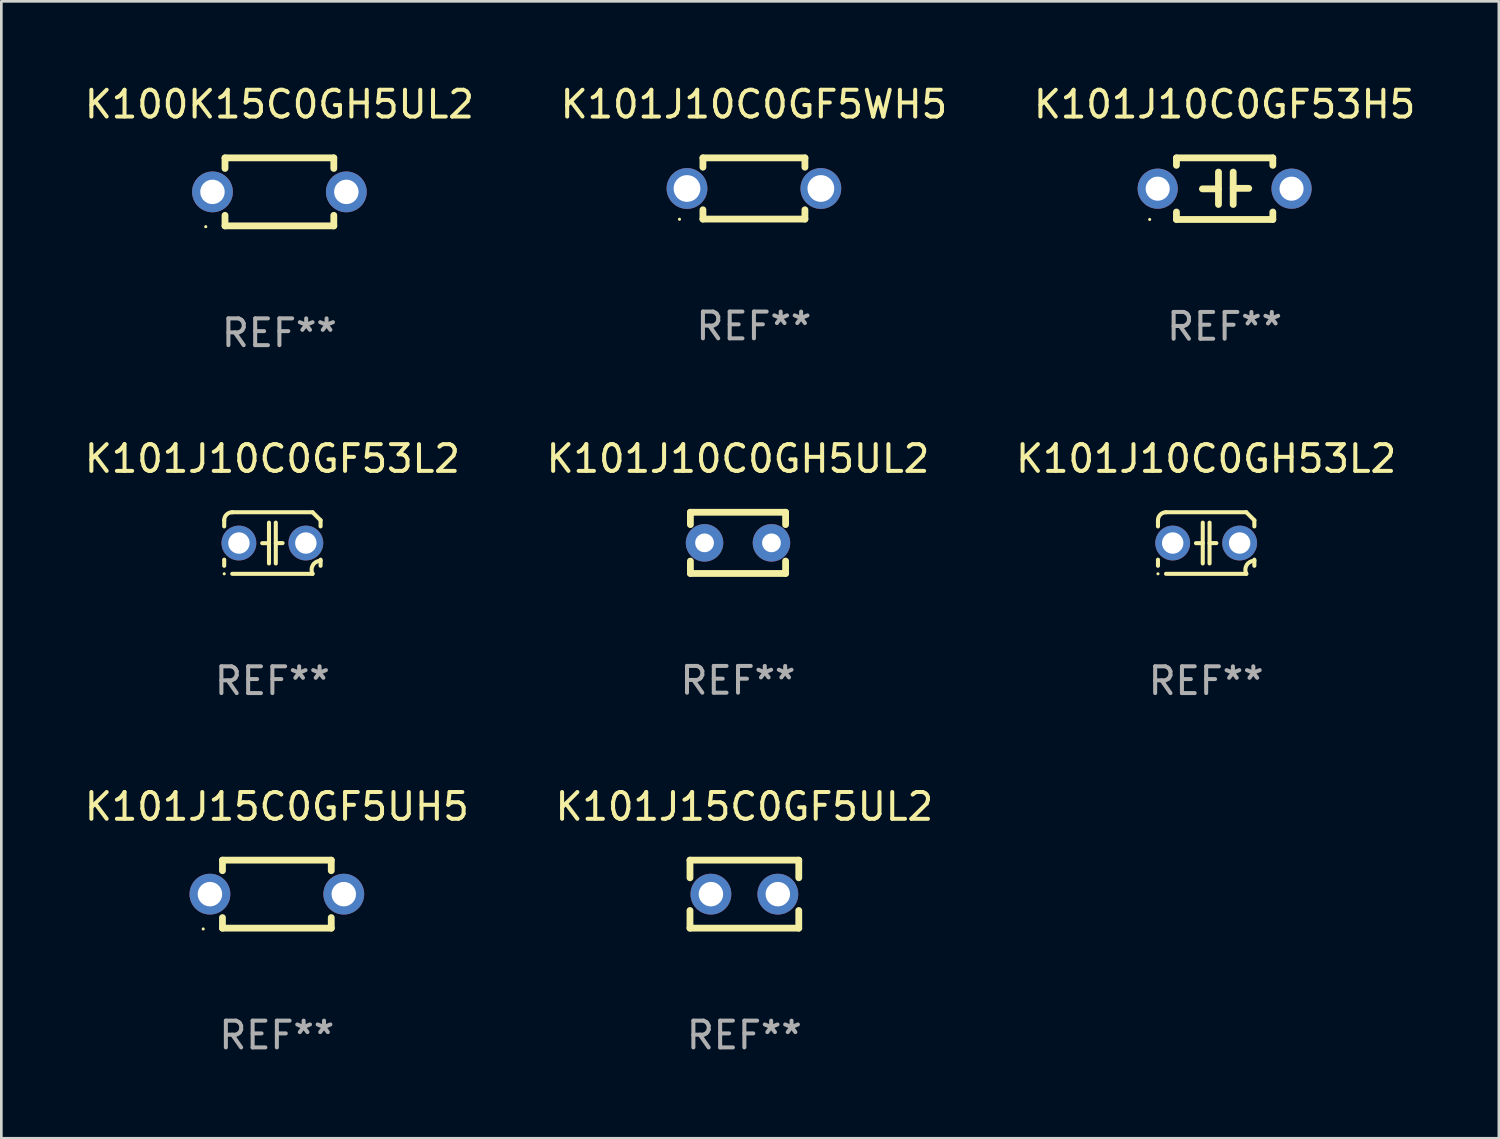
<source format=kicad_pcb>
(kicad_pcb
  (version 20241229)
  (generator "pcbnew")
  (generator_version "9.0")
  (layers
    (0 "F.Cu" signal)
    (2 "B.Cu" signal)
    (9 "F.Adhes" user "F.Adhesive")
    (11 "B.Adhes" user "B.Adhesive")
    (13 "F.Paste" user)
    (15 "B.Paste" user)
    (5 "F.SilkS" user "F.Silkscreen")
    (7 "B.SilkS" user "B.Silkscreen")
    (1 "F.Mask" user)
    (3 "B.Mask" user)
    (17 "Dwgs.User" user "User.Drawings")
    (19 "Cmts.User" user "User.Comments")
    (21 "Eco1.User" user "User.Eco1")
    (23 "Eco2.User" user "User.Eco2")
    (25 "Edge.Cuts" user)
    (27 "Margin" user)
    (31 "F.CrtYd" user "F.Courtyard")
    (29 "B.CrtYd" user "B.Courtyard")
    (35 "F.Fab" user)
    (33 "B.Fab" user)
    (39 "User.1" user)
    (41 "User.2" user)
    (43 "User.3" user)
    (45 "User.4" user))
  (footprint "K101J15C0GF5UL2"
    (layer "F.Cu")
    (at 24.756 30.351)
    (property "Reference" "K101J15C0GF5UL2" (at 0 -3.27 0) (layer "F.SilkS") (effects (font (size 1 1) (thickness 0.15))))
    (attr through_hole)
    (fp_line (start -2.032 -1.27) (end -2.032 -0.611) (stroke (width 0.254) (type solid)) (layer "F.SilkS"))
    (fp_line (start -2.032 0.611) (end -2.032 1.27) (stroke (width 0.254) (type solid)) (layer "F.SilkS"))
    (fp_line (start -2.032 1.27) (end 2.032 1.27) (stroke (width 0.254) (type solid)) (layer "F.SilkS"))
    (fp_line (start 2.032 -1.27) (end -2.032 -1.27) (stroke (width 0.254) (type solid)) (layer "F.SilkS"))
    (fp_line (start 2.032 -0.611) (end 2.032 -1.27) (stroke (width 0.254) (type solid)) (layer "F.SilkS"))
    (fp_line (start 2.032 1.27) (end 2.032 0.611) (stroke (width 0.254) (type solid)) (layer "F.SilkS"))
    (fp_circle (center -2 1.3) (end -1.97 1.3) (stroke (width 0.06) (type solid)) (fill no) (layer "F.SilkS"))
    (fp_text user "REF**" (at 0 5.27 0) (layer "F.Fab") (effects (font (size 1 1) (thickness 0.15))))
    (pad "1" thru_hole circle (at -1.25 0) (size 1.524 1.524) (drill 0.914) (layers "*.Cu" "*.Mask"))
    (pad "2" thru_hole circle (at 1.25 0) (size 1.524 1.524) (drill 0.914) (layers "*.Cu" "*.Mask")))
  (footprint "K101J10C0GF5WH5"
    (layer "F.Cu")
    (at 25.113 3.991)
    (property "Reference" "K101J10C0GF5WH5" (at 0 -3.143 0) (layer "F.SilkS") (effects (font (size 1 1) (thickness 0.15))))
    (attr through_hole)
    (fp_line (start -1.905 -1.143) (end 1.905 -1.143) (stroke (width 0.254) (type solid)) (layer "F.SilkS"))
    (fp_line (start -1.905 -0.795) (end -1.905 -1.143) (stroke (width 0.254) (type solid)) (layer "F.SilkS"))
    (fp_line (start -1.905 1.143) (end -1.905 0.795) (stroke (width 0.254) (type solid)) (layer "F.SilkS"))
    (fp_line (start 1.905 -1.143) (end 1.905 -0.795) (stroke (width 0.254) (type solid)) (layer "F.SilkS"))
    (fp_line (start 1.905 0.795) (end 1.905 1.143) (stroke (width 0.254) (type solid)) (layer "F.SilkS"))
    (fp_line (start 1.905 1.143) (end -1.905 1.143) (stroke (width 0.254) (type solid)) (layer "F.SilkS"))
    (fp_circle (center -2.781 1.15) (end -2.751 1.15) (stroke (width 0.06) (type solid)) (fill no) (layer "F.SilkS"))
    (fp_text user "REF**" (at 0 5.143 0) (layer "F.Fab") (effects (font (size 1 1) (thickness 0.15))))
    (pad "1" thru_hole circle (at -2.5 0) (size 1.524 1.524) (drill 1) (layers "*.Cu" "*.Mask"))
    (pad "2" thru_hole circle (at 2.5 0) (size 1.524 1.524) (drill 1) (layers "*.Cu" "*.Mask")))
  (footprint "K101J10C0GF53H5"
    (layer "F.Cu")
    (at 42.696 3.998)
    (property "Reference" "K101J10C0GF53H5" (at 0 -3.15 0) (layer "F.SilkS") (effects (font (size 1 1) (thickness 0.15))))
    (attr through_hole)
    (fp_line (start -1.8 -1.15) (end -1.8 -0.872) (stroke (width 0.254) (type solid)) (layer "F.SilkS"))
    (fp_line (start -1.8 -1.15) (end 1.8 -1.15) (stroke (width 0.254) (type solid)) (layer "F.SilkS"))
    (fp_line (start -1.8 0.872) (end -1.8 1.15) (stroke (width 0.254) (type solid)) (layer "F.SilkS"))
    (fp_line (start -1.8 1.15) (end 1.8 1.15) (stroke (width 0.254) (type solid)) (layer "F.SilkS"))
    (fp_line (start -0.23 -0.62) (end -0.23 0.59) (stroke (width 0.254) (type solid)) (layer "F.SilkS"))
    (fp_line (start -0.23 0.007) (end -0.83 0.007) (stroke (width 0.254) (type solid)) (layer "F.SilkS"))
    (fp_line (start 0.32 -0.62) (end 0.32 0.59) (stroke (width 0.254) (type solid)) (layer "F.SilkS"))
    (fp_line (start 0.32 -0.012) (end 0.9 -0.012) (stroke (width 0.254) (type solid)) (layer "F.SilkS"))
    (fp_line (start 1.8 -1.15) (end 1.8 -0.872) (stroke (width 0.254) (type solid)) (layer "F.SilkS"))
    (fp_line (start 1.8 0.872) (end 1.8 1.15) (stroke (width 0.254) (type solid)) (layer "F.SilkS"))
    (fp_circle (center -2.8 1.15) (end -2.77 1.15) (stroke (width 0.06) (type solid)) (fill no) (layer "F.SilkS"))
    (fp_text user "REF**" (at 0 5.15 0) (layer "F.Fab") (effects (font (size 1 1) (thickness 0.15))))
    (pad "1" thru_hole circle (at -2.5 0) (size 1.5 1.5) (drill 0.9) (layers "*.Cu" "*.Mask"))
    (pad "2" thru_hole circle (at 2.5 0) (size 1.5 1.5) (drill 0.9) (layers "*.Cu" "*.Mask")))
  (footprint "K101J10C0GF53L2"
    (layer "F.Cu")
    (at 7.125 17.235)
    (property "Reference" "K101J10C0GF53L2" (at 0 -3.15 0) (layer "F.SilkS") (effects (font (size 1 1) (thickness 0.15))))
    (attr through_hole)
    (fp_line (start -1.8 -0.621) (end -1.8 -0.85) (stroke (width 0.152) (type solid)) (layer "F.SilkS"))
    (fp_line (start -1.8 0.85) (end -1.8 0.621) (stroke (width 0.152) (type solid)) (layer "F.SilkS"))
    (fp_line (start -1.5 -1.15) (end 1.5 -1.15) (stroke (width 0.152) (type solid)) (layer "F.SilkS"))
    (fp_line (start -0.127 -0.762) (end -0.127 0.762) (stroke (width 0.152) (type solid)) (layer "F.SilkS"))
    (fp_line (start -0.127 0.005) (end -0.381 0.005) (stroke (width 0.152) (type solid)) (layer "F.SilkS"))
    (fp_line (start 0.127 -0.762) (end 0.127 0.762) (stroke (width 0.152) (type solid)) (layer "F.SilkS"))
    (fp_line (start 0.127 0.002) (end 0.381 0.002) (stroke (width 0.152) (type solid)) (layer "F.SilkS"))
    (fp_line (start 1.5 1.15) (end -1.5 1.15) (stroke (width 0.152) (type solid)) (layer "F.SilkS"))
    (fp_line (start 1.8 -0.85) (end 1.8 -0.621) (stroke (width 0.152) (type solid)) (layer "F.SilkS"))
    (fp_line (start 1.8 0.621) (end 1.8 0.85) (stroke (width 0.152) (type solid)) (layer "F.SilkS"))
    (fp_arc (start -1.799975 -0.849987) (mid -1.712107 -1.062119) (end -1.499975 -1.149987) (stroke (width 0.151994) (type solid)) (layer "F.SilkS"))
    (fp_arc (start 1.499975 1.149987) (mid 1.513726 0.822359) (end 1.799975 0.662387) (stroke (width 0.151994) (type solid)) (layer "F.SilkS"))
    (fp_arc (start 1.500001 -1.149986) (mid 1.650015 -1.000001) (end 1.8 -0.849987) (stroke (width 0.151994) (type solid)) (layer "F.SilkS"))
    (fp_circle (center -1.8 1.15) (end -1.77 1.15) (stroke (width 0.06) (type solid)) (fill no) (layer "F.SilkS"))
    (fp_text user "REF**" (at 0 5.15 0) (layer "F.Fab") (effects (font (size 1 1) (thickness 0.15))))
    (pad "1" thru_hole circle (at -1.25 0) (size 1.3 1.3) (drill 0.8) (layers "*.Cu" "*.Mask"))
    (pad "2" thru_hole circle (at 1.25 0) (size 1.3 1.3) (drill 0.8) (layers "*.Cu" "*.Mask")))
  (footprint "K100K15C0GH5UL2"
    (layer "F.Cu")
    (at 7.387 4.118)
    (property "Reference" "K100K15C0GH5UL2" (at 0 -3.27 0) (layer "F.SilkS") (effects (font (size 1 1) (thickness 0.15))))
    (attr through_hole)
    (fp_line (start -2.032 -1.27) (end -2.032 -0.876) (stroke (width 0.254) (type solid)) (layer "F.SilkS"))
    (fp_line (start -2.032 0.876) (end -2.032 1.27) (stroke (width 0.254) (type solid)) (layer "F.SilkS"))
    (fp_line (start -2.032 1.27) (end 2.032 1.27) (stroke (width 0.254) (type solid)) (layer "F.SilkS"))
    (fp_line (start 2.032 -1.27) (end -2.032 -1.27) (stroke (width 0.254) (type solid)) (layer "F.SilkS"))
    (fp_line (start 2.032 -0.876) (end 2.032 -1.27) (stroke (width 0.254) (type solid)) (layer "F.SilkS"))
    (fp_line (start 2.032 1.27) (end 2.032 0.876) (stroke (width 0.254) (type solid)) (layer "F.SilkS"))
    (fp_circle (center -2.751 1.3) (end -2.721 1.3) (stroke (width 0.06) (type solid)) (fill no) (layer "F.SilkS"))
    (fp_text user "REF**" (at 0 5.27 0) (layer "F.Fab") (effects (font (size 1 1) (thickness 0.15))))
    (pad "1" thru_hole circle (at -2.5 0) (size 1.524 1.524) (drill 0.914) (layers "*.Cu" "*.Mask"))
    (pad "2" thru_hole circle (at 2.5 0) (size 1.524 1.524) (drill 0.914) (layers "*.Cu" "*.Mask")))
  (footprint "K101J10C0GH53L2"
    (layer "F.Cu")
    (at 42.006 17.235)
    (property "Reference" "K101J10C0GH53L2" (at 0 -3.15 0) (layer "F.SilkS") (effects (font (size 1 1) (thickness 0.15))))
    (attr through_hole)
    (fp_line (start -1.8 -0.621) (end -1.8 -0.85) (stroke (width 0.152) (type solid)) (layer "F.SilkS"))
    (fp_line (start -1.8 0.85) (end -1.8 0.621) (stroke (width 0.152) (type solid)) (layer "F.SilkS"))
    (fp_line (start -1.5 -1.15) (end 1.5 -1.15) (stroke (width 0.152) (type solid)) (layer "F.SilkS"))
    (fp_line (start -0.127 -0.762) (end -0.127 0.762) (stroke (width 0.152) (type solid)) (layer "F.SilkS"))
    (fp_line (start -0.127 0.005) (end -0.381 0.005) (stroke (width 0.152) (type solid)) (layer "F.SilkS"))
    (fp_line (start 0.127 -0.762) (end 0.127 0.762) (stroke (width 0.152) (type solid)) (layer "F.SilkS"))
    (fp_line (start 0.127 0.002) (end 0.381 0.002) (stroke (width 0.152) (type solid)) (layer "F.SilkS"))
    (fp_line (start 1.5 1.15) (end -1.5 1.15) (stroke (width 0.152) (type solid)) (layer "F.SilkS"))
    (fp_line (start 1.8 -0.85) (end 1.8 -0.621) (stroke (width 0.152) (type solid)) (layer "F.SilkS"))
    (fp_line (start 1.8 0.621) (end 1.8 0.85) (stroke (width 0.152) (type solid)) (layer "F.SilkS"))
    (fp_arc (start -1.799975 -0.849987) (mid -1.712107 -1.062119) (end -1.499975 -1.149987) (stroke (width 0.151994) (type solid)) (layer "F.SilkS"))
    (fp_arc (start 1.499975 1.149987) (mid 1.513726 0.822359) (end 1.799975 0.662387) (stroke (width 0.151994) (type solid)) (layer "F.SilkS"))
    (fp_arc (start 1.500001 -1.149986) (mid 1.650015 -1.000001) (end 1.8 -0.849987) (stroke (width 0.151994) (type solid)) (layer "F.SilkS"))
    (fp_circle (center -1.8 1.15) (end -1.77 1.15) (stroke (width 0.06) (type solid)) (fill no) (layer "F.SilkS"))
    (fp_text user "REF**" (at 0 5.15 0) (layer "F.Fab") (effects (font (size 1 1) (thickness 0.15))))
    (pad "1" thru_hole circle (at -1.25 0) (size 1.3 1.3) (drill 0.8) (layers "*.Cu" "*.Mask"))
    (pad "2" thru_hole circle (at 1.25 0) (size 1.3 1.3) (drill 0.8) (layers "*.Cu" "*.Mask")))
  (footprint "K101J10C0GH5UL2"
    (layer "F.Cu")
    (at 24.518 17.228)
    (property "Reference" "K101J10C0GH5UL2" (at 0 -3.143 0) (layer "F.SilkS") (effects (font (size 1 1) (thickness 0.15))))
    (attr through_hole)
    (fp_line (start -1.778 -1.143) (end 1.778 -1.143) (stroke (width 0.254) (type solid)) (layer "F.SilkS"))
    (fp_line (start -1.778 -0.681) (end -1.778 -1.143) (stroke (width 0.254) (type solid)) (layer "F.SilkS"))
    (fp_line (start -1.778 1.143) (end -1.778 0.681) (stroke (width 0.254) (type solid)) (layer "F.SilkS"))
    (fp_line (start 1.778 -1.143) (end 1.778 -0.681) (stroke (width 0.254) (type solid)) (layer "F.SilkS"))
    (fp_line (start 1.778 0.681) (end 1.778 1.143) (stroke (width 0.254) (type solid)) (layer "F.SilkS"))
    (fp_line (start 1.778 1.143) (end -1.778 1.143) (stroke (width 0.254) (type solid)) (layer "F.SilkS"))
    (fp_circle (center -1.8 1.15) (end -1.77 1.15) (stroke (width 0.06) (type solid)) (fill no) (layer "F.SilkS"))
    (fp_text user "REF**" (at 0 5.143 0) (layer "F.Fab") (effects (font (size 1 1) (thickness 0.15))))
    (pad "1" thru_hole circle (at -1.25 0) (size 1.4 1.4) (drill 0.7) (layers "*.Cu" "*.Mask"))
    (pad "2" thru_hole circle (at 1.25 0) (size 1.4 1.4) (drill 0.7) (layers "*.Cu" "*.Mask")))
  (footprint "K101J15C0GF5UH5"
    (layer "F.Cu")
    (at 7.292 30.351)
    (property "Reference" "K101J15C0GF5UH5" (at 0 -3.27 0) (layer "F.SilkS") (effects (font (size 1 1) (thickness 0.15))))
    (attr through_hole)
    (fp_line (start -2.032 -1.27) (end -2.032 -0.876) (stroke (width 0.254) (type solid)) (layer "F.SilkS"))
    (fp_line (start -2.032 0.876) (end -2.032 1.27) (stroke (width 0.254) (type solid)) (layer "F.SilkS"))
    (fp_line (start -2.032 1.27) (end 2.032 1.27) (stroke (width 0.254) (type solid)) (layer "F.SilkS"))
    (fp_line (start 2.032 -1.27) (end -2.032 -1.27) (stroke (width 0.254) (type solid)) (layer "F.SilkS"))
    (fp_line (start 2.032 -0.876) (end 2.032 -1.27) (stroke (width 0.254) (type solid)) (layer "F.SilkS"))
    (fp_line (start 2.032 1.27) (end 2.032 0.876) (stroke (width 0.254) (type solid)) (layer "F.SilkS"))
    (fp_circle (center -2.751 1.3) (end -2.721 1.3) (stroke (width 0.06) (type solid)) (fill no) (layer "F.SilkS"))
    (fp_text user "REF**" (at 0 5.27 0) (layer "F.Fab") (effects (font (size 1 1) (thickness 0.15))))
    (pad "1" thru_hole circle (at -2.5 0) (size 1.524 1.524) (drill 0.914) (layers "*.Cu" "*.Mask"))
    (pad "2" thru_hole circle (at 2.5 0) (size 1.524 1.524) (drill 0.914) (layers "*.Cu" "*.Mask")))
  (gr_rect
    (start -3 -3)
    (end 52.94 39.469)
    (stroke (width 0.1) (type default))
    (fill no)
    (layer "Edge.Cuts")))
</source>
